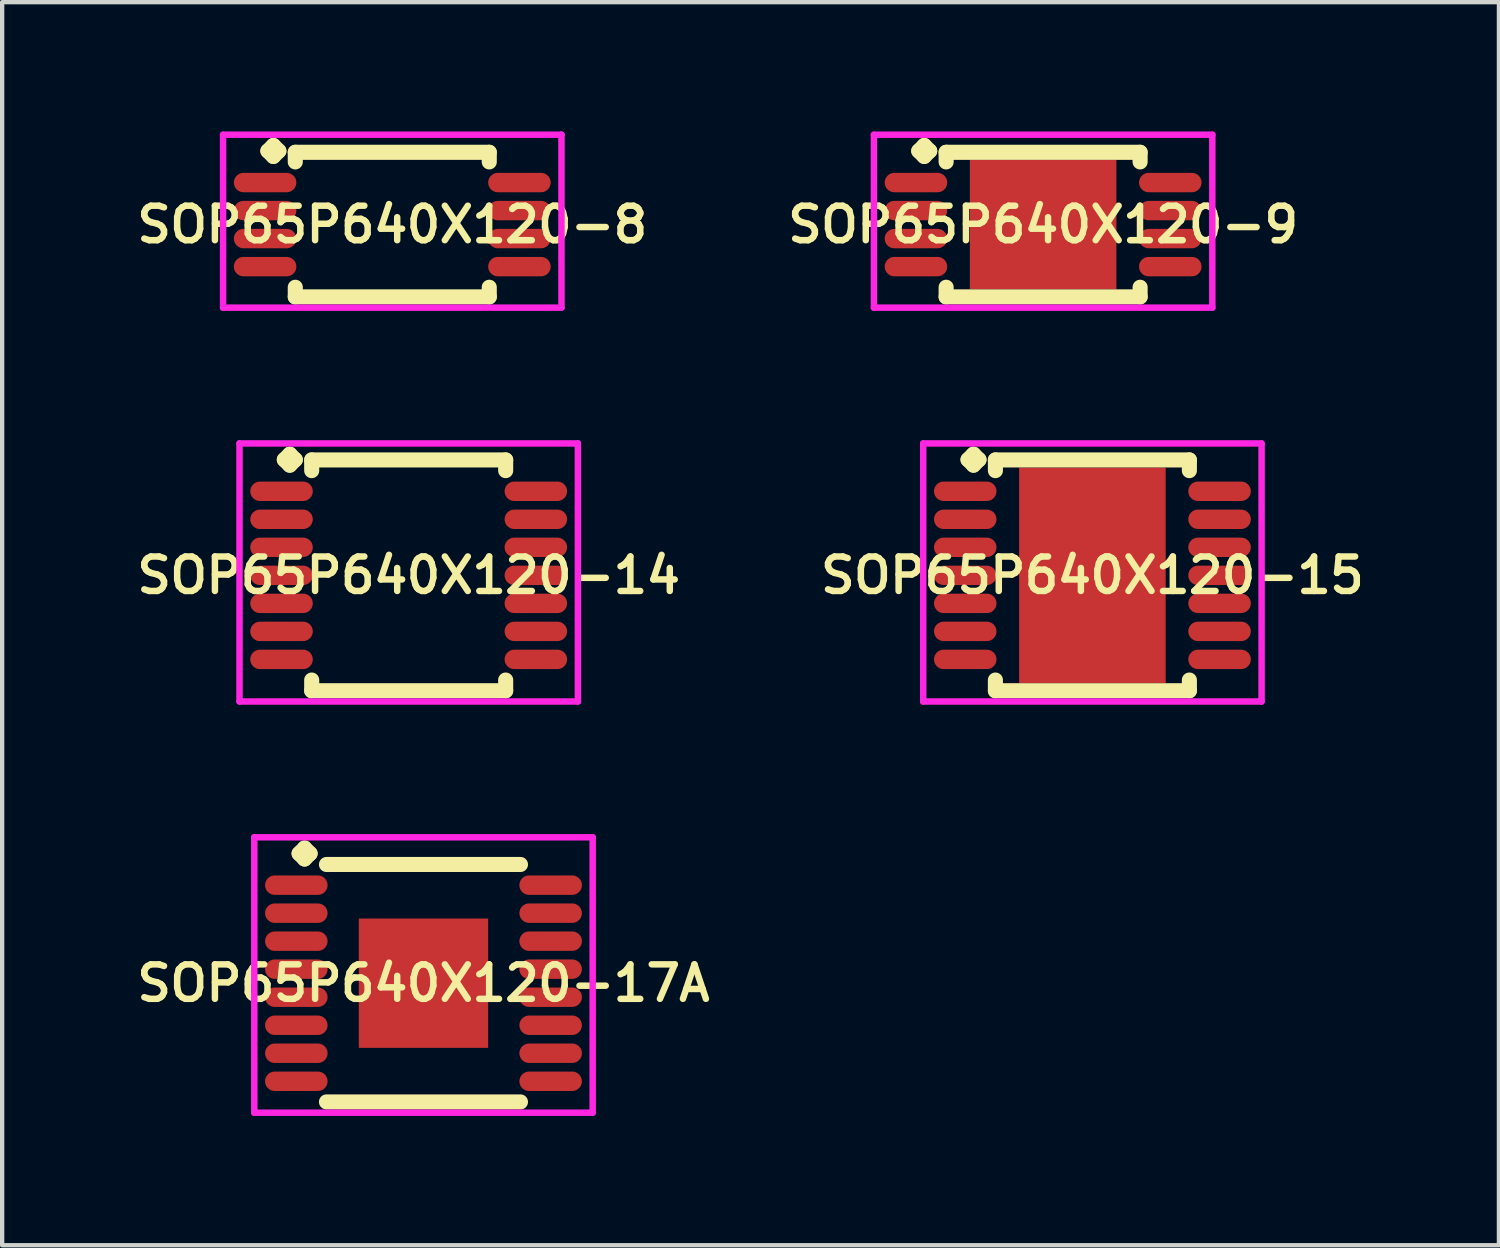
<source format=kicad_pcb>
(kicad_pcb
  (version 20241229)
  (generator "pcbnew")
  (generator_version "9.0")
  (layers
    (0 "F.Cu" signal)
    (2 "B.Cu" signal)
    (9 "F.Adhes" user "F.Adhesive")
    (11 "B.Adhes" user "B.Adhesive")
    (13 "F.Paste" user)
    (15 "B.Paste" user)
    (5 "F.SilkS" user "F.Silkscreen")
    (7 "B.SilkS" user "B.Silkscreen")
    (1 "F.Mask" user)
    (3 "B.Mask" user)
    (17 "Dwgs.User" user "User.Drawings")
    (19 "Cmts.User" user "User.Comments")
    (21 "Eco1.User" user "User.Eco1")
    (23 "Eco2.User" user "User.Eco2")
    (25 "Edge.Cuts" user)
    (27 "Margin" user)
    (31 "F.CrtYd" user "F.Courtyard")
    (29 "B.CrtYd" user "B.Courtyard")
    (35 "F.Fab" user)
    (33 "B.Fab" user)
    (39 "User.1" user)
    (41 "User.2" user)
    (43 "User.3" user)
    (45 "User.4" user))
  (footprint "SOP65P640X120-15"
    (layer "F.Cu")
    (at 22.292 10.297)
    (property "Reference" "SOP65P640X120-15" (at 0 0 0) (layer "F.SilkS") (effects (font (size 0.8 0.8) (thickness 0.15))))
    (attr smd)
    (fp_line (start -2.885 -2.683) (end -2.758 -2.81) (stroke (width 0.35) (type solid)) (layer "F.SilkS"))
    (fp_line (start -2.758 -2.81) (end -2.631 -2.683) (stroke (width 0.35) (type solid)) (layer "F.SilkS"))
    (fp_line (start -2.758 -2.556) (end -2.885 -2.683) (stroke (width 0.35) (type solid)) (layer "F.SilkS"))
    (fp_line (start -2.631 -2.683) (end -2.758 -2.556) (stroke (width 0.35) (type solid)) (layer "F.SilkS"))
    (fp_line (start -2.25 -2.677) (end 2.25 -2.677) (stroke (width 0.35) (type solid)) (layer "F.SilkS"))
    (fp_line (start -2.25 -2.429) (end -2.25 -2.677) (stroke (width 0.35) (type solid)) (layer "F.SilkS"))
    (fp_line (start -2.25 2.429) (end -2.25 2.677) (stroke (width 0.35) (type solid)) (layer "F.SilkS"))
    (fp_line (start -2.25 2.677) (end 2.25 2.677) (stroke (width 0.35) (type solid)) (layer "F.SilkS"))
    (fp_line (start 2.25 -2.677) (end 2.25 -2.429) (stroke (width 0.35) (type solid)) (layer "F.SilkS"))
    (fp_line (start 2.25 2.677) (end 2.25 2.429) (stroke (width 0.35) (type solid)) (layer "F.SilkS"))
    (fp_line (start -3.925 -3.06) (end 3.925 -3.06) (stroke (width 0.15) (type solid)) (layer "F.CrtYd"))
    (fp_line (start -3.925 2.927) (end -3.925 -3.06) (stroke (width 0.15) (type solid)) (layer "F.CrtYd"))
    (fp_line (start 3.925 -3.06) (end 3.925 2.927) (stroke (width 0.15) (type solid)) (layer "F.CrtYd"))
    (fp_line (start 3.925 2.927) (end -3.925 2.927) (stroke (width 0.15) (type solid)) (layer "F.CrtYd"))
    (pad "1" smd oval (at -2.95 -1.95) (size 1.45 0.45) (layers "F.Cu" "F.Mask" "F.Paste"))
    (pad "2" smd oval (at -2.95 -1.3) (size 1.45 0.45) (layers "F.Cu" "F.Mask" "F.Paste"))
    (pad "3" smd oval (at -2.95 -0.65) (size 1.45 0.45) (layers "F.Cu" "F.Mask" "F.Paste"))
    (pad "4" smd oval (at -2.95 0) (size 1.45 0.45) (layers "F.Cu" "F.Mask" "F.Paste"))
    (pad "5" smd oval (at -2.95 0.65) (size 1.45 0.45) (layers "F.Cu" "F.Mask" "F.Paste"))
    (pad "6" smd oval (at -2.95 1.3) (size 1.45 0.45) (layers "F.Cu" "F.Mask" "F.Paste"))
    (pad "7" smd oval (at -2.95 1.95) (size 1.45 0.45) (layers "F.Cu" "F.Mask" "F.Paste"))
    (pad "8" smd oval (at 2.95 1.95) (size 1.45 0.45) (layers "F.Cu" "F.Mask" "F.Paste"))
    (pad "9" smd oval (at 2.95 1.3) (size 1.45 0.45) (layers "F.Cu" "F.Mask" "F.Paste"))
    (pad "10" smd oval (at 2.95 0.65) (size 1.45 0.45) (layers "F.Cu" "F.Mask" "F.Paste"))
    (pad "11" smd oval (at 2.95 0) (size 1.45 0.45) (layers "F.Cu" "F.Mask" "F.Paste"))
    (pad "12" smd oval (at 2.95 -0.65) (size 1.45 0.45) (layers "F.Cu" "F.Mask" "F.Paste"))
    (pad "13" smd oval (at 2.95 -1.3) (size 1.45 0.45) (layers "F.Cu" "F.Mask" "F.Paste"))
    (pad "14" smd oval (at 2.95 -1.95) (size 1.45 0.45) (layers "F.Cu" "F.Mask" "F.Paste"))
    (pad "15" smd rect (at 0 0) (size 3.4 5) (layers "F.Cu" "F.Mask" "F.Paste")))
  (footprint "SOP65P640X120-14"
    (layer "F.Cu")
    (at 6.431 10.297)
    (property "Reference" "SOP65P640X120-14" (at 0 0 0) (layer "F.SilkS") (effects (font (size 0.8 0.8) (thickness 0.15))))
    (attr smd)
    (fp_line (start -2.885 -2.683) (end -2.758 -2.81) (stroke (width 0.35) (type solid)) (layer "F.SilkS"))
    (fp_line (start -2.758 -2.81) (end -2.631 -2.683) (stroke (width 0.35) (type solid)) (layer "F.SilkS"))
    (fp_line (start -2.758 -2.556) (end -2.885 -2.683) (stroke (width 0.35) (type solid)) (layer "F.SilkS"))
    (fp_line (start -2.631 -2.683) (end -2.758 -2.556) (stroke (width 0.35) (type solid)) (layer "F.SilkS"))
    (fp_line (start -2.25 -2.677) (end 2.25 -2.677) (stroke (width 0.35) (type solid)) (layer "F.SilkS"))
    (fp_line (start -2.25 -2.429) (end -2.25 -2.677) (stroke (width 0.35) (type solid)) (layer "F.SilkS"))
    (fp_line (start -2.25 2.429) (end -2.25 2.677) (stroke (width 0.35) (type solid)) (layer "F.SilkS"))
    (fp_line (start -2.25 2.677) (end 2.25 2.677) (stroke (width 0.35) (type solid)) (layer "F.SilkS"))
    (fp_line (start 2.25 -2.677) (end 2.25 -2.429) (stroke (width 0.35) (type solid)) (layer "F.SilkS"))
    (fp_line (start 2.25 2.677) (end 2.25 2.429) (stroke (width 0.35) (type solid)) (layer "F.SilkS"))
    (fp_line (start -3.925 -3.06) (end 3.925 -3.06) (stroke (width 0.15) (type solid)) (layer "F.CrtYd"))
    (fp_line (start -3.925 2.927) (end -3.925 -3.06) (stroke (width 0.15) (type solid)) (layer "F.CrtYd"))
    (fp_line (start 3.925 -3.06) (end 3.925 2.927) (stroke (width 0.15) (type solid)) (layer "F.CrtYd"))
    (fp_line (start 3.925 2.927) (end -3.925 2.927) (stroke (width 0.15) (type solid)) (layer "F.CrtYd"))
    (pad "1" smd oval (at -2.95 -1.95) (size 1.45 0.45) (layers "F.Cu" "F.Mask" "F.Paste"))
    (pad "2" smd oval (at -2.95 -1.3) (size 1.45 0.45) (layers "F.Cu" "F.Mask" "F.Paste"))
    (pad "3" smd oval (at -2.95 -0.65) (size 1.45 0.45) (layers "F.Cu" "F.Mask" "F.Paste"))
    (pad "4" smd oval (at -2.95 0) (size 1.45 0.45) (layers "F.Cu" "F.Mask" "F.Paste"))
    (pad "5" smd oval (at -2.95 0.65) (size 1.45 0.45) (layers "F.Cu" "F.Mask" "F.Paste"))
    (pad "6" smd oval (at -2.95 1.3) (size 1.45 0.45) (layers "F.Cu" "F.Mask" "F.Paste"))
    (pad "7" smd oval (at -2.95 1.95) (size 1.45 0.45) (layers "F.Cu" "F.Mask" "F.Paste"))
    (pad "8" smd oval (at 2.95 1.95) (size 1.45 0.45) (layers "F.Cu" "F.Mask" "F.Paste"))
    (pad "9" smd oval (at 2.95 1.3) (size 1.45 0.45) (layers "F.Cu" "F.Mask" "F.Paste"))
    (pad "10" smd oval (at 2.95 0.65) (size 1.45 0.45) (layers "F.Cu" "F.Mask" "F.Paste"))
    (pad "11" smd oval (at 2.95 0) (size 1.45 0.45) (layers "F.Cu" "F.Mask" "F.Paste"))
    (pad "12" smd oval (at 2.95 -0.65) (size 1.45 0.45) (layers "F.Cu" "F.Mask" "F.Paste"))
    (pad "13" smd oval (at 2.95 -1.3) (size 1.45 0.45) (layers "F.Cu" "F.Mask" "F.Paste"))
    (pad "14" smd oval (at 2.95 -1.95) (size 1.45 0.45) (layers "F.Cu" "F.Mask" "F.Paste")))
  (footprint "SOP65P640X120-9"
    (layer "F.Cu")
    (at 21.149 2.16)
    (property "Reference" "SOP65P640X120-9" (at 0 0 0) (layer "F.SilkS") (effects (font (size 0.8 0.8) (thickness 0.15))))
    (attr smd)
    (fp_line (start -2.885 -1.708) (end -2.758 -1.835) (stroke (width 0.35) (type solid)) (layer "F.SilkS"))
    (fp_line (start -2.758 -1.835) (end -2.631 -1.708) (stroke (width 0.35) (type solid)) (layer "F.SilkS"))
    (fp_line (start -2.758 -1.581) (end -2.885 -1.708) (stroke (width 0.35) (type solid)) (layer "F.SilkS"))
    (fp_line (start -2.631 -1.708) (end -2.758 -1.581) (stroke (width 0.35) (type solid)) (layer "F.SilkS"))
    (fp_line (start -2.25 -1.677) (end 2.25 -1.677) (stroke (width 0.35) (type solid)) (layer "F.SilkS"))
    (fp_line (start -2.25 -1.454) (end -2.25 -1.677) (stroke (width 0.35) (type solid)) (layer "F.SilkS"))
    (fp_line (start -2.25 1.454) (end -2.25 1.677) (stroke (width 0.35) (type solid)) (layer "F.SilkS"))
    (fp_line (start -2.25 1.677) (end 2.25 1.677) (stroke (width 0.35) (type solid)) (layer "F.SilkS"))
    (fp_line (start 2.25 -1.677) (end 2.25 -1.454) (stroke (width 0.35) (type solid)) (layer "F.SilkS"))
    (fp_line (start 2.25 1.677) (end 2.25 1.454) (stroke (width 0.35) (type solid)) (layer "F.SilkS"))
    (fp_line (start -3.925 -2.085) (end 3.925 -2.085) (stroke (width 0.15) (type solid)) (layer "F.CrtYd"))
    (fp_line (start -3.925 1.927) (end -3.925 -2.085) (stroke (width 0.15) (type solid)) (layer "F.CrtYd"))
    (fp_line (start 3.925 -2.085) (end 3.925 1.927) (stroke (width 0.15) (type solid)) (layer "F.CrtYd"))
    (fp_line (start 3.925 1.927) (end -3.925 1.927) (stroke (width 0.15) (type solid)) (layer "F.CrtYd"))
    (pad "1" smd oval (at -2.95 -0.975) (size 1.45 0.45) (layers "F.Cu" "F.Mask" "F.Paste"))
    (pad "2" smd oval (at -2.95 -0.325) (size 1.45 0.45) (layers "F.Cu" "F.Mask" "F.Paste"))
    (pad "3" smd oval (at -2.95 0.325) (size 1.45 0.45) (layers "F.Cu" "F.Mask" "F.Paste"))
    (pad "4" smd oval (at -2.95 0.975) (size 1.45 0.45) (layers "F.Cu" "F.Mask" "F.Paste"))
    (pad "5" smd oval (at 2.95 0.975) (size 1.45 0.45) (layers "F.Cu" "F.Mask" "F.Paste"))
    (pad "6" smd oval (at 2.95 0.325) (size 1.45 0.45) (layers "F.Cu" "F.Mask" "F.Paste"))
    (pad "7" smd oval (at 2.95 -0.325) (size 1.45 0.45) (layers "F.Cu" "F.Mask" "F.Paste"))
    (pad "8" smd oval (at 2.95 -0.975) (size 1.45 0.45) (layers "F.Cu" "F.Mask" "F.Paste"))
    (pad "9" smd rect (at 0 0) (size 3.4 3) (layers "F.Cu" "F.Mask" "F.Paste")))
  (footprint "SOP65P640X120-8"
    (layer "F.Cu")
    (at 6.05 2.16)
    (property "Reference" "SOP65P640X120-8" (at 0 0 0) (layer "F.SilkS") (effects (font (size 0.8 0.8) (thickness 0.15))))
    (attr smd)
    (fp_line (start -2.885 -1.708) (end -2.758 -1.835) (stroke (width 0.35) (type solid)) (layer "F.SilkS"))
    (fp_line (start -2.758 -1.835) (end -2.631 -1.708) (stroke (width 0.35) (type solid)) (layer "F.SilkS"))
    (fp_line (start -2.758 -1.581) (end -2.885 -1.708) (stroke (width 0.35) (type solid)) (layer "F.SilkS"))
    (fp_line (start -2.631 -1.708) (end -2.758 -1.581) (stroke (width 0.35) (type solid)) (layer "F.SilkS"))
    (fp_line (start -2.25 -1.677) (end 2.25 -1.677) (stroke (width 0.35) (type solid)) (layer "F.SilkS"))
    (fp_line (start -2.25 -1.454) (end -2.25 -1.677) (stroke (width 0.35) (type solid)) (layer "F.SilkS"))
    (fp_line (start -2.25 1.454) (end -2.25 1.677) (stroke (width 0.35) (type solid)) (layer "F.SilkS"))
    (fp_line (start -2.25 1.677) (end 2.25 1.677) (stroke (width 0.35) (type solid)) (layer "F.SilkS"))
    (fp_line (start 2.25 -1.677) (end 2.25 -1.454) (stroke (width 0.35) (type solid)) (layer "F.SilkS"))
    (fp_line (start 2.25 1.677) (end 2.25 1.454) (stroke (width 0.35) (type solid)) (layer "F.SilkS"))
    (fp_line (start -3.925 -2.085) (end 3.925 -2.085) (stroke (width 0.15) (type solid)) (layer "F.CrtYd"))
    (fp_line (start -3.925 1.927) (end -3.925 -2.085) (stroke (width 0.15) (type solid)) (layer "F.CrtYd"))
    (fp_line (start 3.925 -2.085) (end 3.925 1.927) (stroke (width 0.15) (type solid)) (layer "F.CrtYd"))
    (fp_line (start 3.925 1.927) (end -3.925 1.927) (stroke (width 0.15) (type solid)) (layer "F.CrtYd"))
    (pad "1" smd oval (at -2.95 -0.975) (size 1.45 0.45) (layers "F.Cu" "F.Mask" "F.Paste"))
    (pad "2" smd oval (at -2.95 -0.325) (size 1.45 0.45) (layers "F.Cu" "F.Mask" "F.Paste"))
    (pad "3" smd oval (at -2.95 0.325) (size 1.45 0.45) (layers "F.Cu" "F.Mask" "F.Paste"))
    (pad "4" smd oval (at -2.95 0.975) (size 1.45 0.45) (layers "F.Cu" "F.Mask" "F.Paste"))
    (pad "5" smd oval (at 2.95 0.975) (size 1.45 0.45) (layers "F.Cu" "F.Mask" "F.Paste"))
    (pad "6" smd oval (at 2.95 0.325) (size 1.45 0.45) (layers "F.Cu" "F.Mask" "F.Paste"))
    (pad "7" smd oval (at 2.95 -0.325) (size 1.45 0.45) (layers "F.Cu" "F.Mask" "F.Paste"))
    (pad "8" smd oval (at 2.95 -0.975) (size 1.45 0.45) (layers "F.Cu" "F.Mask" "F.Paste")))
  (footprint "SOP65P640X120-17A"
    (layer "F.Cu")
    (at 6.774 19.759)
    (property "Reference" "SOP65P640X120-17A" (at 0 0 0) (layer "F.SilkS") (effects (font (size 0.8 0.8) (thickness 0.15))))
    (attr smd)
    (fp_line (start -2.885 -3.008) (end -2.758 -3.135) (stroke (width 0.35) (type solid)) (layer "F.SilkS"))
    (fp_line (start -2.758 -3.135) (end -2.631 -3.008) (stroke (width 0.35) (type solid)) (layer "F.SilkS"))
    (fp_line (start -2.758 -2.881) (end -2.885 -3.008) (stroke (width 0.35) (type solid)) (layer "F.SilkS"))
    (fp_line (start -2.631 -3.008) (end -2.758 -2.881) (stroke (width 0.35) (type solid)) (layer "F.SilkS"))
    (fp_line (start -2.25 -2.754) (end 2.25 -2.754) (stroke (width 0.35) (type solid)) (layer "F.SilkS"))
    (fp_line (start -2.25 2.754) (end 2.25 2.754) (stroke (width 0.35) (type solid)) (layer "F.SilkS"))
    (fp_line (start -3.925 -3.385) (end 3.925 -3.385) (stroke (width 0.15) (type solid)) (layer "F.CrtYd"))
    (fp_line (start -3.925 3.004) (end -3.925 -3.385) (stroke (width 0.15) (type solid)) (layer "F.CrtYd"))
    (fp_line (start 3.925 -3.385) (end 3.925 3.004) (stroke (width 0.15) (type solid)) (layer "F.CrtYd"))
    (fp_line (start 3.925 3.004) (end -3.925 3.004) (stroke (width 0.15) (type solid)) (layer "F.CrtYd"))
    (pad "1" smd oval (at -2.95 -2.275) (size 1.45 0.45) (layers "F.Cu" "F.Mask" "F.Paste"))
    (pad "2" smd oval (at -2.95 -1.625) (size 1.45 0.45) (layers "F.Cu" "F.Mask" "F.Paste"))
    (pad "3" smd oval (at -2.95 -0.975) (size 1.45 0.45) (layers "F.Cu" "F.Mask" "F.Paste"))
    (pad "4" smd oval (at -2.95 -0.325) (size 1.45 0.45) (layers "F.Cu" "F.Mask" "F.Paste"))
    (pad "5" smd oval (at -2.95 0.325) (size 1.45 0.45) (layers "F.Cu" "F.Mask" "F.Paste"))
    (pad "6" smd oval (at -2.95 0.975) (size 1.45 0.45) (layers "F.Cu" "F.Mask" "F.Paste"))
    (pad "7" smd oval (at -2.95 1.625) (size 1.45 0.45) (layers "F.Cu" "F.Mask" "F.Paste"))
    (pad "8" smd oval (at -2.95 2.275) (size 1.45 0.45) (layers "F.Cu" "F.Mask" "F.Paste"))
    (pad "9" smd oval (at 2.95 2.275) (size 1.45 0.45) (layers "F.Cu" "F.Mask" "F.Paste"))
    (pad "10" smd oval (at 2.95 1.625) (size 1.45 0.45) (layers "F.Cu" "F.Mask" "F.Paste"))
    (pad "11" smd oval (at 2.95 0.975) (size 1.45 0.45) (layers "F.Cu" "F.Mask" "F.Paste"))
    (pad "12" smd oval (at 2.95 0.325) (size 1.45 0.45) (layers "F.Cu" "F.Mask" "F.Paste"))
    (pad "13" smd oval (at 2.95 -0.325) (size 1.45 0.45) (layers "F.Cu" "F.Mask" "F.Paste"))
    (pad "14" smd oval (at 2.95 -0.975) (size 1.45 0.45) (layers "F.Cu" "F.Mask" "F.Paste"))
    (pad "15" smd oval (at 2.95 -1.625) (size 1.45 0.45) (layers "F.Cu" "F.Mask" "F.Paste"))
    (pad "16" smd oval (at 2.95 -2.275) (size 1.45 0.45) (layers "F.Cu" "F.Mask" "F.Paste"))
    (pad "17" smd rect (at 0 0) (size 3 3) (layers "F.Cu" "F.Mask" "F.Paste")))
  (gr_rect
    (start -3 -3)
    (end 31.723 25.838)
    (stroke (width 0.1) (type default))
    (fill no)
    (layer "Edge.Cuts")))
</source>
